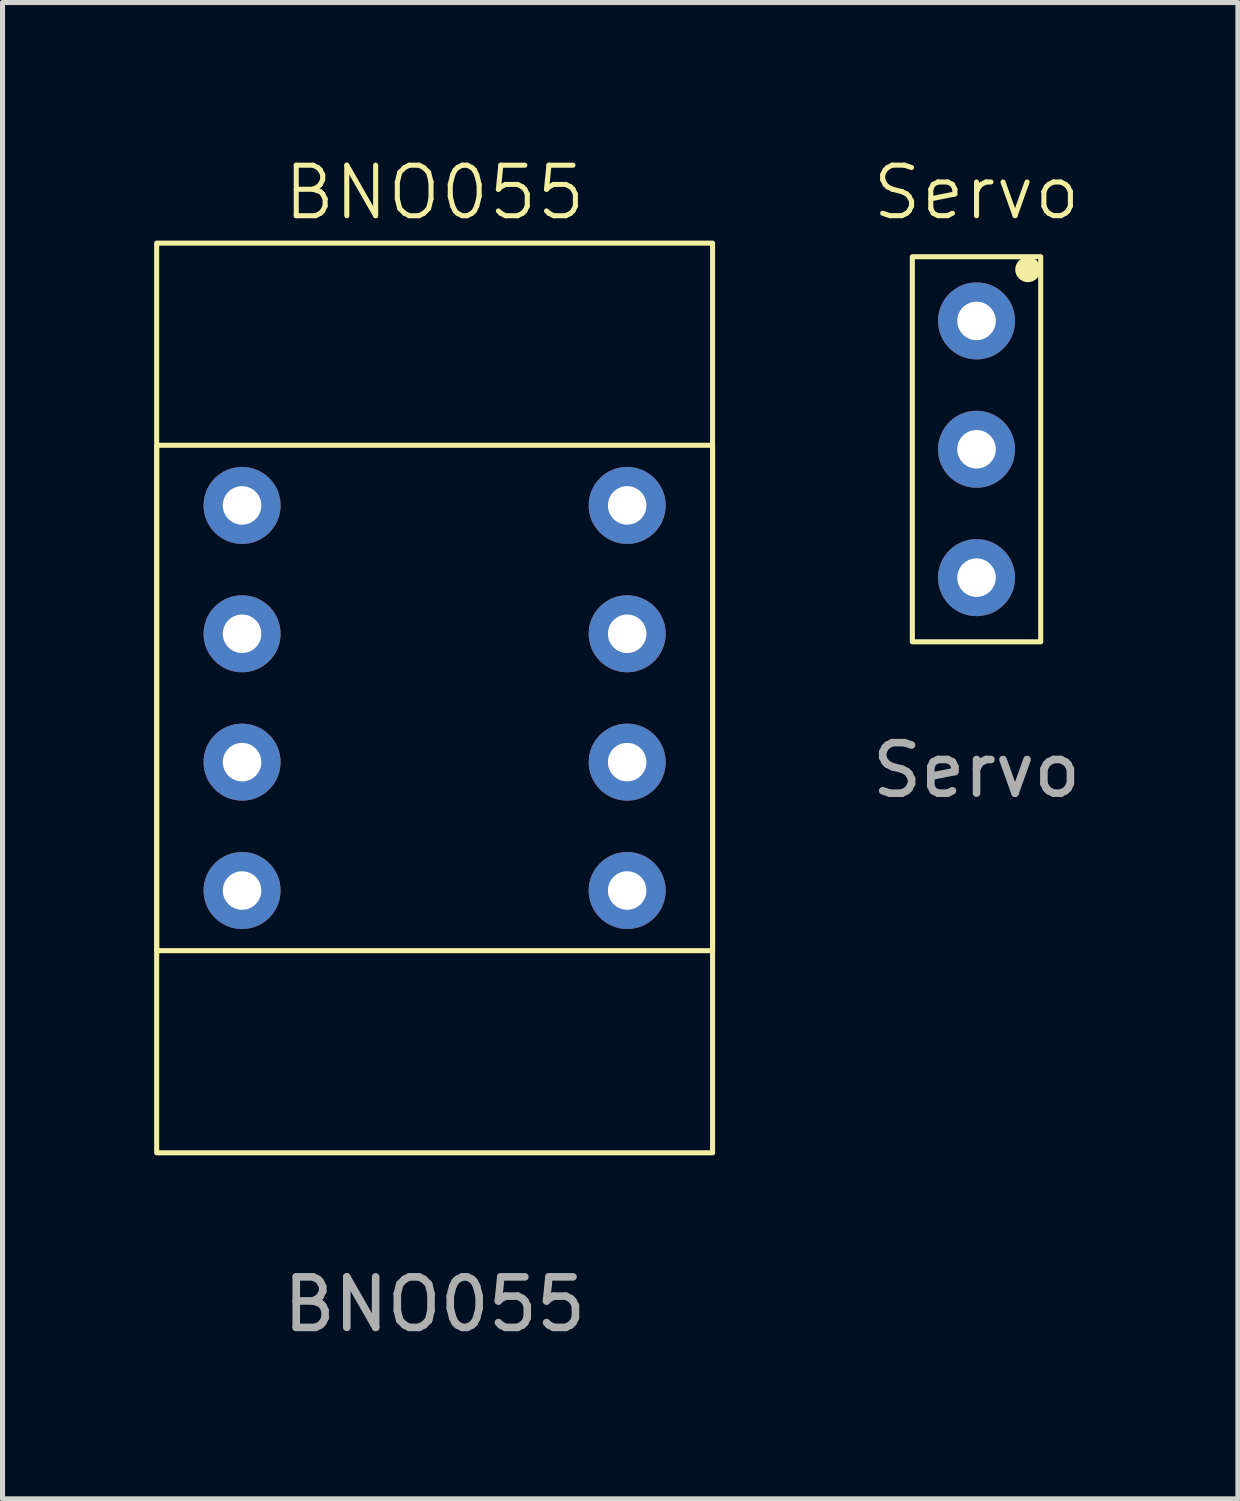
<source format=kicad_pcb>
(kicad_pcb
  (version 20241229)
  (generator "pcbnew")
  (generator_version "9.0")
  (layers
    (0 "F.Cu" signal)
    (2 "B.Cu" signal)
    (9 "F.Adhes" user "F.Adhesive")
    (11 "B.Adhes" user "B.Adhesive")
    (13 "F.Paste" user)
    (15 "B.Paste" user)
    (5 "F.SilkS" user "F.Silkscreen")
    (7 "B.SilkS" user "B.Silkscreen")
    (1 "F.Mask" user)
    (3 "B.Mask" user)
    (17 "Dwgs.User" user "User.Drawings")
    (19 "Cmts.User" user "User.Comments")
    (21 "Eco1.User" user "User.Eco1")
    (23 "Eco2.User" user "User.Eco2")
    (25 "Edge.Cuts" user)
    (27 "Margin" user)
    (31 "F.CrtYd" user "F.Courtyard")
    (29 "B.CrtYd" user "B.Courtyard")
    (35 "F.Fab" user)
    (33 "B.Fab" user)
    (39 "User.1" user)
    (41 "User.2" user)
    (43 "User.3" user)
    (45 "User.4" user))
  (footprint "BNO055"
    (layer "F.Cu")
    (at 5.55 10.761)
    (property "Reference" "BNO055" (at 0 -10 0) (unlocked yes) (layer "F.SilkS") (effects (font (size 1 1) (thickness 0.1))))
    (attr through_hole)
    (fp_rect (start -5.5 -9) (end 5.5 9) (stroke (width 0.1) (type default)) (fill no) (layer "F.SilkS"))
    (fp_rect (start -5.5 -5) (end 5.5 5) (stroke (width 0.1) (type default)) (fill no) (layer "F.SilkS"))
    (fp_text user "${REFERENCE}" (at 0 12 0) (unlocked yes) (layer "F.Fab") (effects (font (size 1 1) (thickness 0.15))))
    (pad "1" thru_hole circle (at -3.81 -3.81) (size 1.524 1.524) (drill 0.762) (layers "*.Cu" "*.Mask"))
    (pad "2" thru_hole circle (at -3.81 -1.27) (size 1.524 1.524) (drill 0.762) (layers "*.Cu" "*.Mask"))
    (pad "3" thru_hole circle (at -3.81 1.27) (size 1.524 1.524) (drill 0.762) (layers "*.Cu" "*.Mask"))
    (pad "4" thru_hole circle (at -3.81 3.81) (size 1.524 1.524) (drill 0.762) (layers "*.Cu" "*.Mask"))
    (pad "5" thru_hole circle (at 3.81 3.81) (size 1.524 1.524) (drill 0.762) (layers "*.Cu" "*.Mask"))
    (pad "6" thru_hole circle (at 3.81 1.27) (size 1.524 1.524) (drill 0.762) (layers "*.Cu" "*.Mask"))
    (pad "7" thru_hole circle (at 3.81 -1.27) (size 1.524 1.524) (drill 0.762) (layers "*.Cu" "*.Mask"))
    (pad "8" thru_hole circle (at 3.81 -3.81) (size 1.524 1.524) (drill 0.762) (layers "*.Cu" "*.Mask")))
  (footprint "Servo"
    (layer "F.Cu")
    (at 16.273 8.38)
    (property "Reference" "Servo" (at 0 -7.62 0) (unlocked yes) (layer "F.SilkS") (effects (font (size 1 1) (thickness 0.1))))
    (attr through_hole)
    (fp_rect (start -1.27 -6.35) (end 1.27 1.27) (stroke (width 0.1) (type default)) (fill no) (layer "F.SilkS"))
    (fp_circle (center 1.016 -6.096) (end 1.216 -6.096) (stroke (width 0.1) (type solid)) (fill yes) (layer "F.SilkS"))
    (fp_text user "${REFERENCE}" (at 0 3.81 0) (unlocked yes) (layer "F.Fab") (effects (font (size 1 1) (thickness 0.15))))
    (pad "1" thru_hole circle (at 0 -5.08) (size 1.524 1.524) (drill 0.762) (layers "*.Cu" "*.Mask"))
    (pad "2" thru_hole circle (at 0 -2.54) (size 1.524 1.524) (drill 0.762) (layers "*.Cu" "*.Mask"))
    (pad "3" thru_hole circle (at 0 0) (size 1.524 1.524) (drill 0.762) (layers "*.Cu" "*.Mask")))
  (gr_rect
    (start -3 -3)
    (end 21.445 26.609)
    (stroke (width 0.1) (type default))
    (fill no)
    (layer "Edge.Cuts")))
</source>
